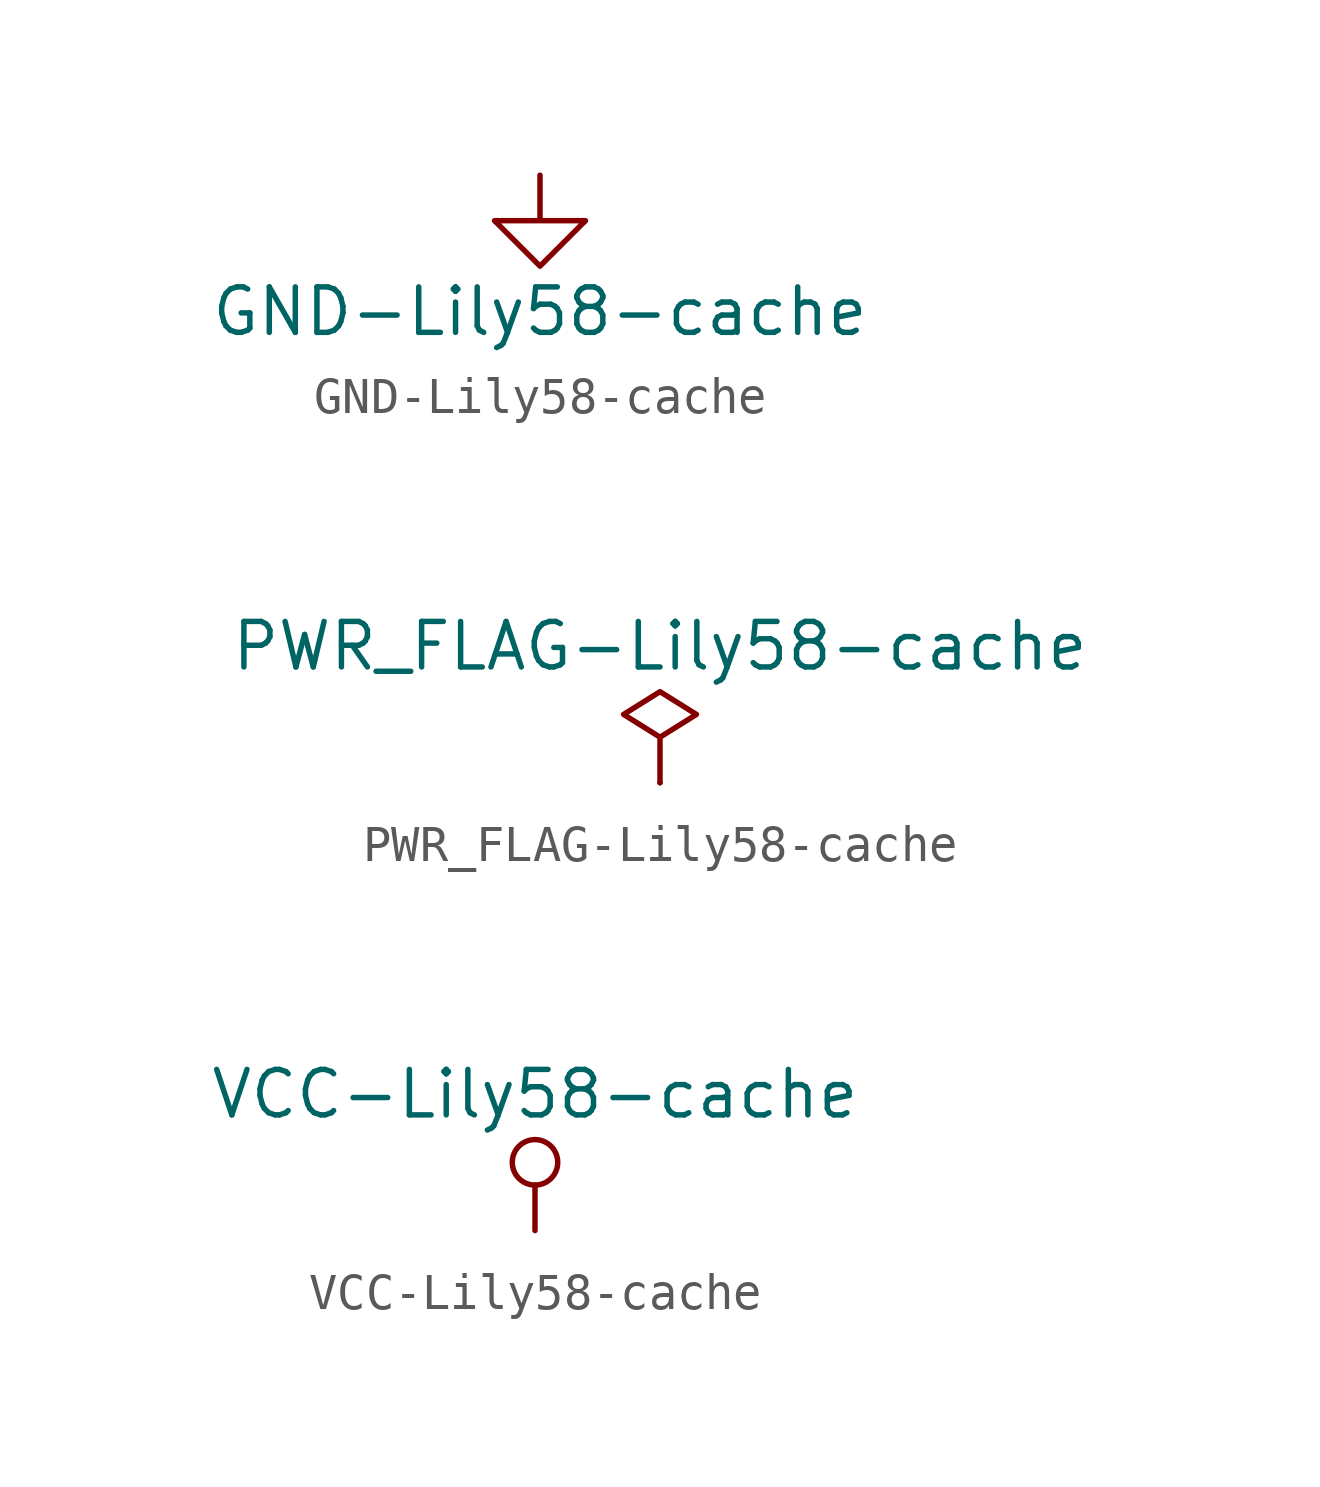
<source format=kicad_sym>
(kicad_symbol_lib
  (version 20220914)
  (generator kicad_symbol_editor)
  (symbol "GND-Lily58-cache"
    (power)
    (pin_names
      (offset 0))
    (property "Reference" "#PWR"
      (at 0 -6.35 0)
      (effects (font (size 1.27 1.27)) hide))
    (property "Value" "GND-Lily58-cache"
      (at 0 -3.81 0)
      (effects (font (size 1.27 1.27))))
    (symbol "GND-Lily58-cache_1_1"
      (polyline (pts (xy 0 0) (xy 0 -1.27) (xy 1.27 -1.27) (xy 0 -2.54) (xy -1.27 -1.27) (xy 0 -1.27)) (stroke (width 0) (type solid)) (fill (type none)))
      (pin power_in line (at 0 0 0) (length 0) hide (name "GND" (effects (font (size 1.27 1.27)))) (number "1" (effects (font (size 1.27 1.27)))))))
  (symbol "PWR_FLAG-Lily58-cache"
    (power)
    (pin_numbers hide)
    (pin_names
      (offset 0) hide)
    (property "Reference" "#FLG"
      (at 0 0 0)
      (effects (font (size 1.27 1.27)) hide))
    (property "Value" "PWR_FLAG-Lily58-cache"
      (at 0 3.81 0)
      (effects (font (size 1.27 1.27))))
    (symbol "PWR_FLAG-Lily58-cache_0_0"
      (pin power_out line (at 0 0 90) (length 0) (name "pwr" (effects (font (size 1.27 1.27)))) (number "1" (effects (font (size 1.27 1.27))))))
    (symbol "PWR_FLAG-Lily58-cache_0_1"
      (polyline (pts (xy 0 0) (xy 0 1.27) (xy -1.016 1.905) (xy 0 2.54) (xy 1.016 1.905) (xy 0 1.27)) (stroke (width 0) (type solid)) (fill (type none)))))
  (symbol "VCC-Lily58-cache"
    (power)
    (pin_names
      (offset 0))
    (property "Reference" "#PWR"
      (at 0 -3.81 0)
      (effects (font (size 1.27 1.27)) hide))
    (property "Value" "VCC-Lily58-cache"
      (at 0 3.81 0)
      (effects (font (size 1.27 1.27))))
    (symbol "VCC-Lily58-cache_0_1"
      (polyline (pts (xy 0 0) (xy 0 1.27)) (stroke (width 0) (type solid)) (fill (type none)))
      (circle (center 0 1.905) (radius 0.635) (stroke (width 0) (type solid)) (fill (type none))))
    (symbol "VCC-Lily58-cache_1_1"
      (pin power_in line (at 0 0 90) (length 0) hide (name "VCC" (effects (font (size 1.27 1.27)))) (number "1" (effects (font (size 1.27 1.27))))))))
</source>
